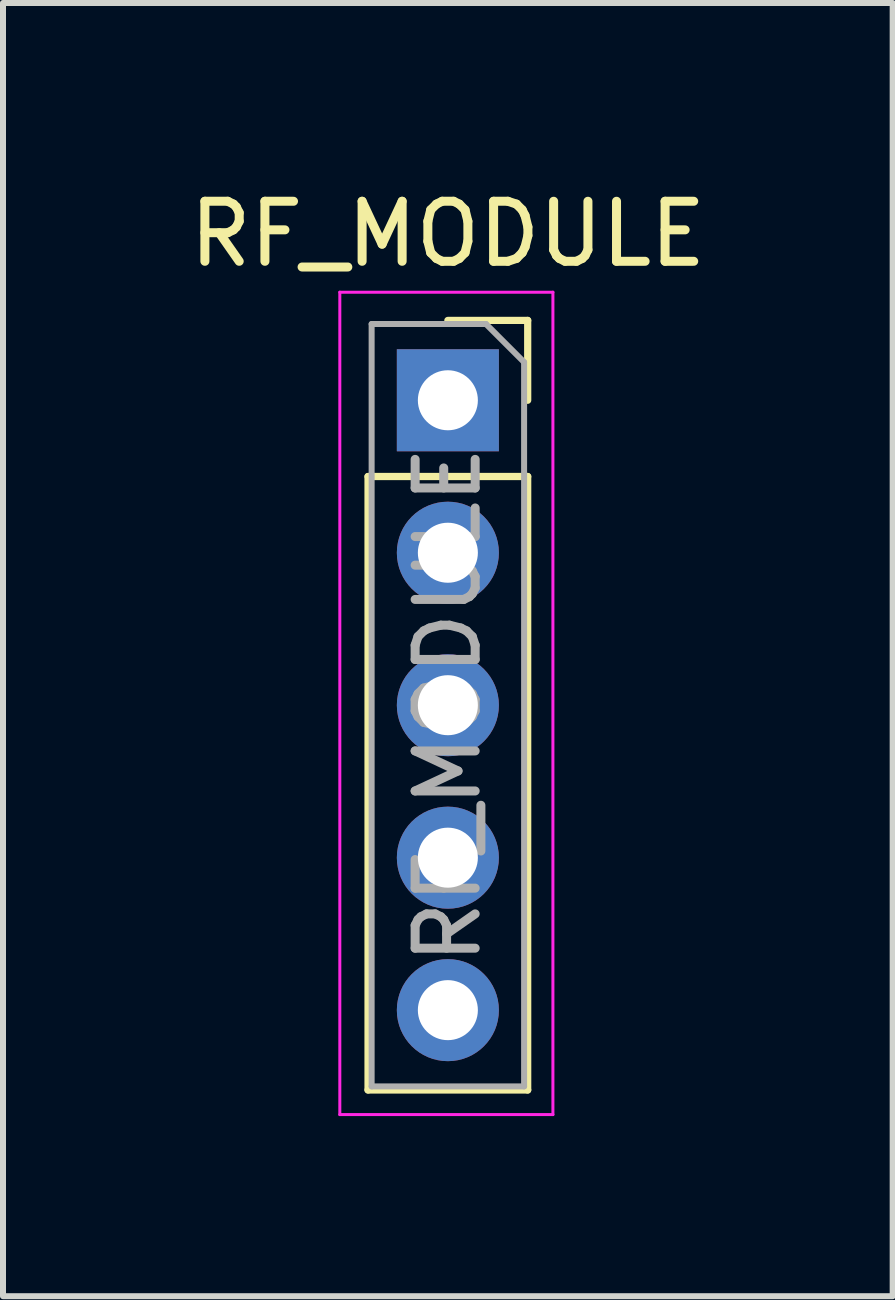
<source format=kicad_pcb>
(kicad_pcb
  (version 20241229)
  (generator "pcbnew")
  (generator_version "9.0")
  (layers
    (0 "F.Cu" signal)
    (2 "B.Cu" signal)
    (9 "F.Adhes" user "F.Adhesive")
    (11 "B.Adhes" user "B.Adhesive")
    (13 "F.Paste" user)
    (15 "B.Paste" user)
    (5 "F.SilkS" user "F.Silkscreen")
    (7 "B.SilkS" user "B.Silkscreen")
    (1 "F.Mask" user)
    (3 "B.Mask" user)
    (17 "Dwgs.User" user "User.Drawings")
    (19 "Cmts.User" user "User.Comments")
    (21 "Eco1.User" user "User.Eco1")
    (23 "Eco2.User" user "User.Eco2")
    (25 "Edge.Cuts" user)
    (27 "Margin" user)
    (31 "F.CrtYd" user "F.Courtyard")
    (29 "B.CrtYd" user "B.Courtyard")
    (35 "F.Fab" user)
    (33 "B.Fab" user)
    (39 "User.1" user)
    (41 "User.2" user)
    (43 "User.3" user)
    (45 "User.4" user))
  (footprint "RF_MODULE"
    (layer "F.Cu")
    (at 4.411 3.618)
    (property "Reference" "RF_MODULE" (at 0 -2.77 0) (layer "F.SilkS") (effects (font (size 1 1) (thickness 0.15))))
    (attr through_hole)
    (fp_line (start -1.33 1.27) (end -1.33 11.49) (stroke (width 0.12) (type solid)) (layer "F.SilkS"))
    (fp_line (start -1.33 1.27) (end 1.33 1.27) (stroke (width 0.12) (type solid)) (layer "F.SilkS"))
    (fp_line (start -1.33 11.49) (end 1.33 11.49) (stroke (width 0.12) (type solid)) (layer "F.SilkS"))
    (fp_line (start 0 -1.33) (end 1.33 -1.33) (stroke (width 0.12) (type solid)) (layer "F.SilkS"))
    (fp_line (start 1.33 -1.33) (end 1.33 0) (stroke (width 0.12) (type solid)) (layer "F.SilkS"))
    (fp_line (start 1.33 1.27) (end 1.33 11.49) (stroke (width 0.12) (type solid)) (layer "F.SilkS"))
    (fp_line (start -1.8 -1.8) (end 1.75 -1.8) (stroke (width 0.05) (type solid)) (layer "F.CrtYd"))
    (fp_line (start -1.8 11.9) (end -1.8 -1.8) (stroke (width 0.05) (type solid)) (layer "F.CrtYd"))
    (fp_line (start 1.75 -1.8) (end 1.75 11.9) (stroke (width 0.05) (type solid)) (layer "F.CrtYd"))
    (fp_line (start 1.75 11.9) (end -1.8 11.9) (stroke (width 0.05) (type solid)) (layer "F.CrtYd"))
    (fp_line (start -1.27 -1.27) (end 0.635 -1.27) (stroke (width 0.1) (type solid)) (layer "F.Fab"))
    (fp_line (start -1.27 11.43) (end -1.27 -1.27) (stroke (width 0.1) (type solid)) (layer "F.Fab"))
    (fp_line (start 0.635 -1.27) (end 1.27 -0.635) (stroke (width 0.1) (type solid)) (layer "F.Fab"))
    (fp_line (start 1.27 -0.635) (end 1.27 11.43) (stroke (width 0.1) (type solid)) (layer "F.Fab"))
    (fp_line (start 1.27 11.43) (end -1.27 11.43) (stroke (width 0.1) (type solid)) (layer "F.Fab"))
    (fp_text user "${REFERENCE}" (at 0 5.08 90) (layer "F.Fab") (effects (font (size 1 1) (thickness 0.15))))
    (pad "1" thru_hole rect (at 0 0) (size 1.7 1.7) (drill 1) (layers "*.Cu" "*.Mask"))
    (pad "2" thru_hole oval (at 0 2.54) (size 1.7 1.7) (drill 1) (layers "*.Cu" "*.Mask"))
    (pad "3" thru_hole oval (at 0 5.08) (size 1.7 1.7) (drill 1) (layers "*.Cu" "*.Mask"))
    (pad "4" thru_hole oval (at 0 7.62) (size 1.7 1.7) (drill 1) (layers "*.Cu" "*.Mask"))
    (pad "5" thru_hole oval (at 0 10.16) (size 1.7 1.7) (drill 1) (layers "*.Cu" "*.Mask")))
  (gr_rect
    (start -3 -3)
    (end 11.821 18.543)
    (stroke (width 0.1) (type default))
    (fill no)
    (layer "Edge.Cuts")))
</source>
